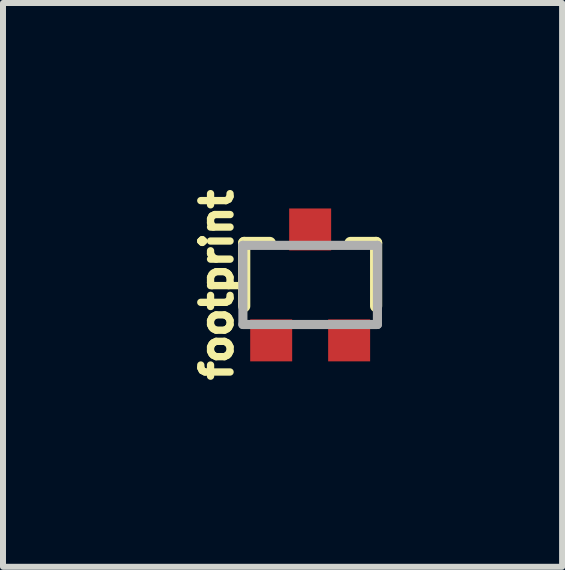
<source format=kicad_pcb>
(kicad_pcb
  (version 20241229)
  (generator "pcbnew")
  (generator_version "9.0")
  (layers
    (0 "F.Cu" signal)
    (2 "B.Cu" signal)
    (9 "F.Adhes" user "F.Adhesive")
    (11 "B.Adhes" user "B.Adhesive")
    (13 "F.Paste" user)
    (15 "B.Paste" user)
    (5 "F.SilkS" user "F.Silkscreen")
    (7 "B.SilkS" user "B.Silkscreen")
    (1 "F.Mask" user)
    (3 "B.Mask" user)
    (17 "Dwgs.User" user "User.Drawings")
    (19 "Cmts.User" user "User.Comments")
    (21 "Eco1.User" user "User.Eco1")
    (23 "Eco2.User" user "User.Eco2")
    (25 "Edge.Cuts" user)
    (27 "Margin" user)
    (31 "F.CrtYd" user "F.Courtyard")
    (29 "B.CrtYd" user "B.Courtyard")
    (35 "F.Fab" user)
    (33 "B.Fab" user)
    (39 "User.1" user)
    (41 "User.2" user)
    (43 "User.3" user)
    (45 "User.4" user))
  (footprint "footprint"
    (layer "F.Cu")
    (at 2.123 1.702)
    (property "Reference" "footprint" (at -1.27 0 90) (layer "F.SilkS") (effects (font (size 0.488 0.488) (thickness 0.122)) (justify bottom)))
    (fp_line (start -1.1 -0.7) (end -1.1 0.354) (stroke (width 0.203) (type solid)) (layer "F.SilkS"))
    (fp_line (start -0.673 -0.7) (end -1.1 -0.7) (stroke (width 0.203) (type solid)) (layer "F.SilkS"))
    (fp_line (start 0.673 -0.7) (end 1.1 -0.7) (stroke (width 0.203) (type solid)) (layer "F.SilkS"))
    (fp_line (start 1.1 -0.7) (end 1.1 0.354) (stroke (width 0.203) (type solid)) (layer "F.SilkS"))
    (fp_line (start -1.122 -0.66) (end 1.122 -0.66) (stroke (width 0.152) (type solid)) (layer "F.Fab"))
    (fp_line (start -1.122 0.66) (end -1.122 -0.66) (stroke (width 0.152) (type solid)) (layer "F.Fab"))
    (fp_line (start 1.122 -0.66) (end 1.122 0.66) (stroke (width 0.152) (type solid)) (layer "F.Fab"))
    (fp_line (start 1.122 0.66) (end -1.122 0.66) (stroke (width 0.152) (type solid)) (layer "F.Fab"))
    (pad "1" smd rect (at -0.65 0.925) (size 0.7 0.7) (layers "F.Cu" "F.Mask" "F.Paste"))
    (pad "2" smd rect (at 0.65 0.925) (size 0.7 0.7) (layers "F.Cu" "F.Mask" "F.Paste"))
    (pad "3" smd rect (at 0 -0.925) (size 0.7 0.7) (layers "F.Cu" "F.Mask" "F.Paste")))
  (gr_rect
    (start -3 -3)
    (end 6.325 6.403)
    (stroke (width 0.1) (type default))
    (fill no)
    (layer "Edge.Cuts")))
</source>
